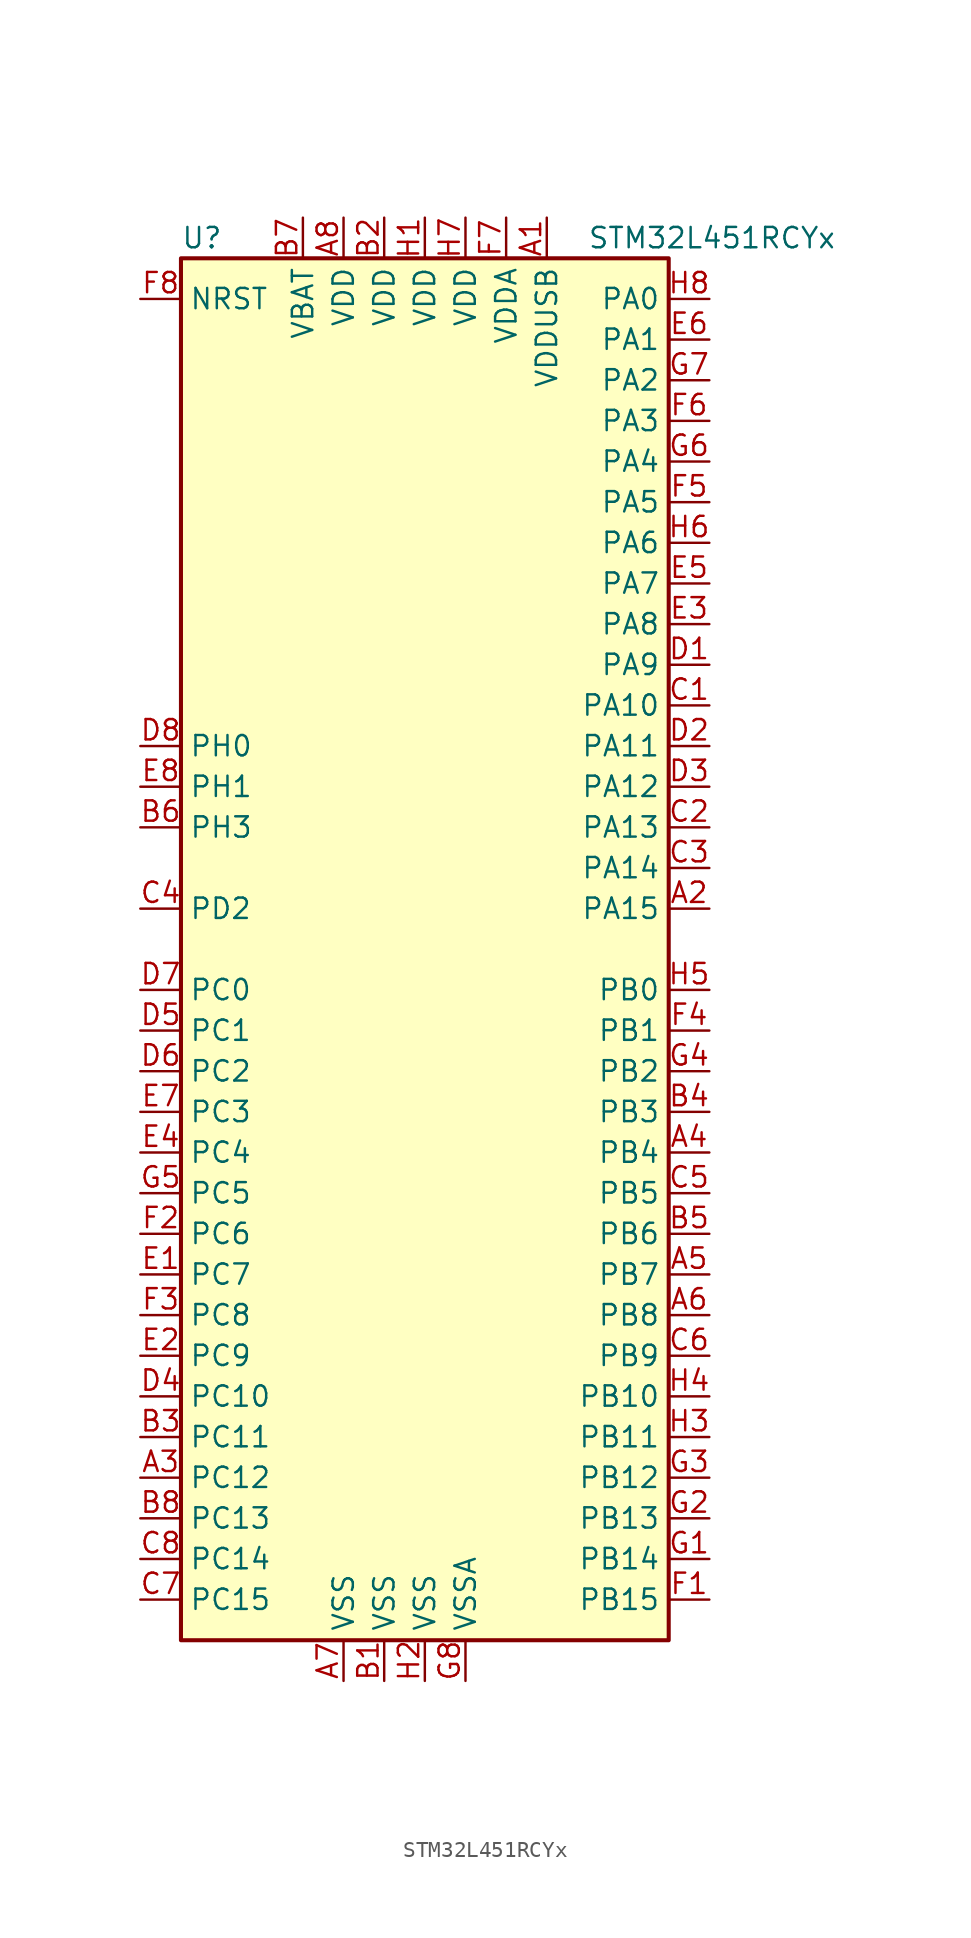
<source format=kicad_sym>
(kicad_symbol_lib
  (version 20201005)
  (generator kicad_symbol_editor)
  (symbol "STM32L451RCYx"
    (property "Reference" "U"
      (at -15.24 44.45 0)
      (effects (font (size 1.27 1.27)) (justify left)))
    (property "Value" "STM32L451RCYx"
      (at 10.16 44.45 0)
      (effects (font (size 1.27 1.27)) (justify left)))
    (symbol "STM32L451RCYx_0_1"
      (rectangle (start -15.24 -43.18) (end 15.24 43.18) (stroke (width 0.254)) (fill (type background))))
    (symbol "STM32L451RCYx_1_1"
      (pin input line (at -17.78 40.64 0) (length 2.54) (name "NRST" (effects (font (size 1.27 1.27)))) (number "F8" (effects (font (size 1.27 1.27)))))
      (pin bidirectional line (at 17.78 40.64 180) (length 2.54) (name "PA0" (effects (font (size 1.27 1.27)))) (number "H8" (effects (font (size 1.27 1.27)))))
      (pin bidirectional line (at 17.78 38.1 180) (length 2.54) (name "PA1" (effects (font (size 1.27 1.27)))) (number "E6" (effects (font (size 1.27 1.27)))))
      (pin bidirectional line (at 17.78 15.24 180) (length 2.54) (name "PA10" (effects (font (size 1.27 1.27)))) (number "C1" (effects (font (size 1.27 1.27)))))
      (pin bidirectional line (at 17.78 12.7 180) (length 2.54) (name "PA11" (effects (font (size 1.27 1.27)))) (number "D2" (effects (font (size 1.27 1.27)))))
      (pin bidirectional line (at 17.78 10.16 180) (length 2.54) (name "PA12" (effects (font (size 1.27 1.27)))) (number "D3" (effects (font (size 1.27 1.27)))))
      (pin bidirectional line (at 17.78 7.62 180) (length 2.54) (name "PA13" (effects (font (size 1.27 1.27)))) (number "C2" (effects (font (size 1.27 1.27)))))
      (pin bidirectional line (at 17.78 5.08 180) (length 2.54) (name "PA14" (effects (font (size 1.27 1.27)))) (number "C3" (effects (font (size 1.27 1.27)))))
      (pin bidirectional line (at 17.78 2.54 180) (length 2.54) (name "PA15" (effects (font (size 1.27 1.27)))) (number "A2" (effects (font (size 1.27 1.27)))))
      (pin bidirectional line (at 17.78 35.56 180) (length 2.54) (name "PA2" (effects (font (size 1.27 1.27)))) (number "G7" (effects (font (size 1.27 1.27)))))
      (pin bidirectional line (at 17.78 33.02 180) (length 2.54) (name "PA3" (effects (font (size 1.27 1.27)))) (number "F6" (effects (font (size 1.27 1.27)))))
      (pin bidirectional line (at 17.78 30.48 180) (length 2.54) (name "PA4" (effects (font (size 1.27 1.27)))) (number "G6" (effects (font (size 1.27 1.27)))))
      (pin bidirectional line (at 17.78 27.94 180) (length 2.54) (name "PA5" (effects (font (size 1.27 1.27)))) (number "F5" (effects (font (size 1.27 1.27)))))
      (pin bidirectional line (at 17.78 25.4 180) (length 2.54) (name "PA6" (effects (font (size 1.27 1.27)))) (number "H6" (effects (font (size 1.27 1.27)))))
      (pin bidirectional line (at 17.78 22.86 180) (length 2.54) (name "PA7" (effects (font (size 1.27 1.27)))) (number "E5" (effects (font (size 1.27 1.27)))))
      (pin bidirectional line (at 17.78 20.32 180) (length 2.54) (name "PA8" (effects (font (size 1.27 1.27)))) (number "E3" (effects (font (size 1.27 1.27)))))
      (pin bidirectional line (at 17.78 17.78 180) (length 2.54) (name "PA9" (effects (font (size 1.27 1.27)))) (number "D1" (effects (font (size 1.27 1.27)))))
      (pin bidirectional line (at 17.78 -2.54 180) (length 2.54) (name "PB0" (effects (font (size 1.27 1.27)))) (number "H5" (effects (font (size 1.27 1.27)))))
      (pin bidirectional line (at 17.78 -5.08 180) (length 2.54) (name "PB1" (effects (font (size 1.27 1.27)))) (number "F4" (effects (font (size 1.27 1.27)))))
      (pin bidirectional line (at 17.78 -27.94 180) (length 2.54) (name "PB10" (effects (font (size 1.27 1.27)))) (number "H4" (effects (font (size 1.27 1.27)))))
      (pin bidirectional line (at 17.78 -30.48 180) (length 2.54) (name "PB11" (effects (font (size 1.27 1.27)))) (number "H3" (effects (font (size 1.27 1.27)))))
      (pin bidirectional line (at 17.78 -33.02 180) (length 2.54) (name "PB12" (effects (font (size 1.27 1.27)))) (number "G3" (effects (font (size 1.27 1.27)))))
      (pin bidirectional line (at 17.78 -35.56 180) (length 2.54) (name "PB13" (effects (font (size 1.27 1.27)))) (number "G2" (effects (font (size 1.27 1.27)))))
      (pin bidirectional line (at 17.78 -38.1 180) (length 2.54) (name "PB14" (effects (font (size 1.27 1.27)))) (number "G1" (effects (font (size 1.27 1.27)))))
      (pin bidirectional line (at 17.78 -40.64 180) (length 2.54) (name "PB15" (effects (font (size 1.27 1.27)))) (number "F1" (effects (font (size 1.27 1.27)))))
      (pin bidirectional line (at 17.78 -7.62 180) (length 2.54) (name "PB2" (effects (font (size 1.27 1.27)))) (number "G4" (effects (font (size 1.27 1.27)))))
      (pin bidirectional line (at 17.78 -10.16 180) (length 2.54) (name "PB3" (effects (font (size 1.27 1.27)))) (number "B4" (effects (font (size 1.27 1.27)))))
      (pin bidirectional line (at 17.78 -12.7 180) (length 2.54) (name "PB4" (effects (font (size 1.27 1.27)))) (number "A4" (effects (font (size 1.27 1.27)))))
      (pin bidirectional line (at 17.78 -15.24 180) (length 2.54) (name "PB5" (effects (font (size 1.27 1.27)))) (number "C5" (effects (font (size 1.27 1.27)))))
      (pin bidirectional line (at 17.78 -17.78 180) (length 2.54) (name "PB6" (effects (font (size 1.27 1.27)))) (number "B5" (effects (font (size 1.27 1.27)))))
      (pin bidirectional line (at 17.78 -20.32 180) (length 2.54) (name "PB7" (effects (font (size 1.27 1.27)))) (number "A5" (effects (font (size 1.27 1.27)))))
      (pin bidirectional line (at 17.78 -22.86 180) (length 2.54) (name "PB8" (effects (font (size 1.27 1.27)))) (number "A6" (effects (font (size 1.27 1.27)))))
      (pin bidirectional line (at 17.78 -25.4 180) (length 2.54) (name "PB9" (effects (font (size 1.27 1.27)))) (number "C6" (effects (font (size 1.27 1.27)))))
      (pin bidirectional line (at -17.78 -2.54 0) (length 2.54) (name "PC0" (effects (font (size 1.27 1.27)))) (number "D7" (effects (font (size 1.27 1.27)))))
      (pin bidirectional line (at -17.78 -5.08 0) (length 2.54) (name "PC1" (effects (font (size 1.27 1.27)))) (number "D5" (effects (font (size 1.27 1.27)))))
      (pin bidirectional line (at -17.78 -27.94 0) (length 2.54) (name "PC10" (effects (font (size 1.27 1.27)))) (number "D4" (effects (font (size 1.27 1.27)))))
      (pin bidirectional line (at -17.78 -30.48 0) (length 2.54) (name "PC11" (effects (font (size 1.27 1.27)))) (number "B3" (effects (font (size 1.27 1.27)))))
      (pin bidirectional line (at -17.78 -33.02 0) (length 2.54) (name "PC12" (effects (font (size 1.27 1.27)))) (number "A3" (effects (font (size 1.27 1.27)))))
      (pin bidirectional line (at -17.78 -35.56 0) (length 2.54) (name "PC13" (effects (font (size 1.27 1.27)))) (number "B8" (effects (font (size 1.27 1.27)))))
      (pin bidirectional line (at -17.78 -38.1 0) (length 2.54) (name "PC14" (effects (font (size 1.27 1.27)))) (number "C8" (effects (font (size 1.27 1.27)))))
      (pin bidirectional line (at -17.78 -40.64 0) (length 2.54) (name "PC15" (effects (font (size 1.27 1.27)))) (number "C7" (effects (font (size 1.27 1.27)))))
      (pin bidirectional line (at -17.78 -7.62 0) (length 2.54) (name "PC2" (effects (font (size 1.27 1.27)))) (number "D6" (effects (font (size 1.27 1.27)))))
      (pin bidirectional line (at -17.78 -10.16 0) (length 2.54) (name "PC3" (effects (font (size 1.27 1.27)))) (number "E7" (effects (font (size 1.27 1.27)))))
      (pin bidirectional line (at -17.78 -12.7 0) (length 2.54) (name "PC4" (effects (font (size 1.27 1.27)))) (number "E4" (effects (font (size 1.27 1.27)))))
      (pin bidirectional line (at -17.78 -15.24 0) (length 2.54) (name "PC5" (effects (font (size 1.27 1.27)))) (number "G5" (effects (font (size 1.27 1.27)))))
      (pin bidirectional line (at -17.78 -17.78 0) (length 2.54) (name "PC6" (effects (font (size 1.27 1.27)))) (number "F2" (effects (font (size 1.27 1.27)))))
      (pin bidirectional line (at -17.78 -20.32 0) (length 2.54) (name "PC7" (effects (font (size 1.27 1.27)))) (number "E1" (effects (font (size 1.27 1.27)))))
      (pin bidirectional line (at -17.78 -22.86 0) (length 2.54) (name "PC8" (effects (font (size 1.27 1.27)))) (number "F3" (effects (font (size 1.27 1.27)))))
      (pin bidirectional line (at -17.78 -25.4 0) (length 2.54) (name "PC9" (effects (font (size 1.27 1.27)))) (number "E2" (effects (font (size 1.27 1.27)))))
      (pin bidirectional line (at -17.78 2.54 0) (length 2.54) (name "PD2" (effects (font (size 1.27 1.27)))) (number "C4" (effects (font (size 1.27 1.27)))))
      (pin input line (at -17.78 12.7 0) (length 2.54) (name "PH0" (effects (font (size 1.27 1.27)))) (number "D8" (effects (font (size 1.27 1.27)))))
      (pin input line (at -17.78 10.16 0) (length 2.54) (name "PH1" (effects (font (size 1.27 1.27)))) (number "E8" (effects (font (size 1.27 1.27)))))
      (pin bidirectional line (at -17.78 7.62 0) (length 2.54) (name "PH3" (effects (font (size 1.27 1.27)))) (number "B6" (effects (font (size 1.27 1.27)))))
      (pin power_in line (at -7.62 45.72 270) (length 2.54) (name "VBAT" (effects (font (size 1.27 1.27)))) (number "B7" (effects (font (size 1.27 1.27)))))
      (pin power_in line (at -5.08 45.72 270) (length 2.54) (name "VDD" (effects (font (size 1.27 1.27)))) (number "A8" (effects (font (size 1.27 1.27)))))
      (pin power_in line (at -2.54 45.72 270) (length 2.54) (name "VDD" (effects (font (size 1.27 1.27)))) (number "B2" (effects (font (size 1.27 1.27)))))
      (pin power_in line (at 0 45.72 270) (length 2.54) (name "VDD" (effects (font (size 1.27 1.27)))) (number "H1" (effects (font (size 1.27 1.27)))))
      (pin power_in line (at 2.54 45.72 270) (length 2.54) (name "VDD" (effects (font (size 1.27 1.27)))) (number "H7" (effects (font (size 1.27 1.27)))))
      (pin power_in line (at 5.08 45.72 270) (length 2.54) (name "VDDA" (effects (font (size 1.27 1.27)))) (number "F7" (effects (font (size 1.27 1.27)))))
      (pin power_in line (at 7.62 45.72 270) (length 2.54) (name "VDDUSB" (effects (font (size 1.27 1.27)))) (number "A1" (effects (font (size 1.27 1.27)))))
      (pin power_in line (at -5.08 -45.72 90) (length 2.54) (name "VSS" (effects (font (size 1.27 1.27)))) (number "A7" (effects (font (size 1.27 1.27)))))
      (pin power_in line (at -2.54 -45.72 90) (length 2.54) (name "VSS" (effects (font (size 1.27 1.27)))) (number "B1" (effects (font (size 1.27 1.27)))))
      (pin power_in line (at 0 -45.72 90) (length 2.54) (name "VSS" (effects (font (size 1.27 1.27)))) (number "H2" (effects (font (size 1.27 1.27)))))
      (pin power_in line (at 2.54 -45.72 90) (length 2.54) (name "VSSA" (effects (font (size 1.27 1.27)))) (number "G8" (effects (font (size 1.27 1.27))))))))
</source>
